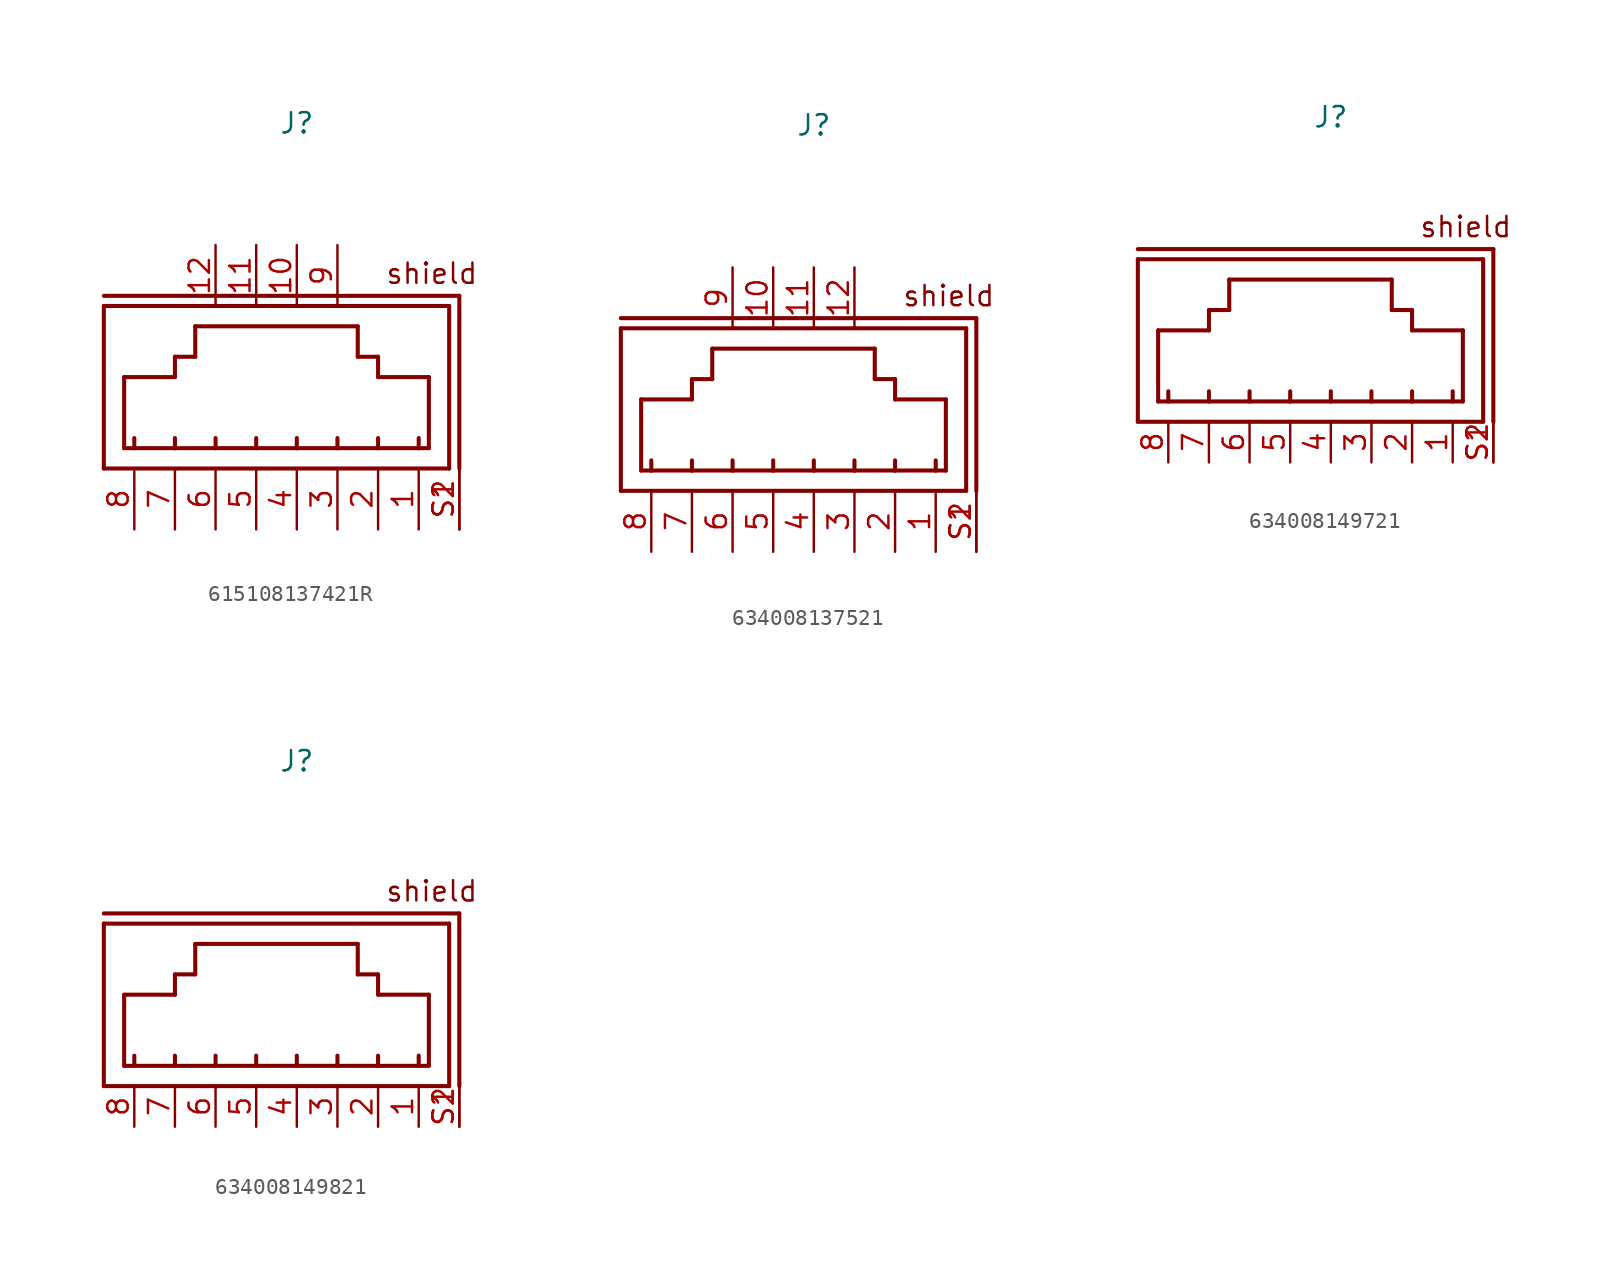
<source format=kicad_sym>
(kicad_symbol_lib
  (version 20241209)
  (generator "kicad_symbol_editor")
  (generator_version "9.0")
  (symbol "615108137421R"
    (pin_names
      (hide yes))
    (property "Reference" "J"
      (at 0 16.51 0)
      (effects (font (size 1.27 1.27))))
    (symbol "615108137421R_1_0"
      (polyline (pts (xy -12.065 5.715) (xy 10.16 5.715)) (stroke (width 0.254) (type solid)) (fill (type none)))
      (polyline (pts (xy -12.065 5.08) (xy 9.525 5.08)) (stroke (width 0.254) (type solid)) (fill (type none)))
      (polyline (pts (xy -12.065 -5.08) (xy -12.065 5.08)) (stroke (width 0.254) (type solid)) (fill (type none)))
      (polyline (pts (xy -10.795 0.635) (xy -7.62 0.635)) (stroke (width 0.254) (type solid)) (fill (type none)))
      (polyline (pts (xy -10.795 -3.81) (xy -10.795 0.635)) (stroke (width 0.254) (type solid)) (fill (type none)))
      (polyline (pts (xy -10.16 -3.81) (xy -10.795 -3.81)) (stroke (width 0.254) (type solid)) (fill (type none)))
      (polyline (pts (xy -10.16 -3.81) (xy -10.16 -3.175)) (stroke (width 0.254) (type solid)) (fill (type none)))
      (polyline (pts (xy -7.62 1.905) (xy -6.35 1.905)) (stroke (width 0.254) (type solid)) (fill (type none)))
      (polyline (pts (xy -7.62 0.635) (xy -7.62 1.905)) (stroke (width 0.254) (type solid)) (fill (type none)))
      (polyline (pts (xy -7.62 -3.81) (xy -10.16 -3.81)) (stroke (width 0.254) (type solid)) (fill (type none)))
      (polyline (pts (xy -7.62 -3.81) (xy -7.62 -3.175)) (stroke (width 0.254) (type solid)) (fill (type none)))
      (polyline (pts (xy -6.35 3.81) (xy 3.81 3.81)) (stroke (width 0.254) (type solid)) (fill (type none)))
      (polyline (pts (xy -6.35 1.905) (xy -6.35 3.81)) (stroke (width 0.254) (type solid)) (fill (type none)))
      (polyline (pts (xy -5.08 -3.81) (xy -7.62 -3.81)) (stroke (width 0.254) (type solid)) (fill (type none)))
      (polyline (pts (xy -5.08 -3.81) (xy -5.08 -3.175)) (stroke (width 0.254) (type solid)) (fill (type none)))
      (polyline (pts (xy -2.54 -3.81) (xy -5.08 -3.81)) (stroke (width 0.254) (type solid)) (fill (type none)))
      (polyline (pts (xy -2.54 -3.81) (xy -2.54 -3.175)) (stroke (width 0.254) (type solid)) (fill (type none)))
      (polyline (pts (xy 0 -3.81) (xy -2.54 -3.81)) (stroke (width 0.254) (type solid)) (fill (type none)))
      (polyline (pts (xy 0 -3.81) (xy 0 -3.175)) (stroke (width 0.254) (type solid)) (fill (type none)))
      (polyline (pts (xy 2.54 -3.81) (xy 0 -3.81)) (stroke (width 0.254) (type solid)) (fill (type none)))
      (polyline (pts (xy 2.54 -3.81) (xy 2.54 -3.175)) (stroke (width 0.254) (type solid)) (fill (type none)))
      (polyline (pts (xy 3.81 1.905) (xy 3.81 3.81)) (stroke (width 0.254) (type solid)) (fill (type none)))
      (polyline (pts (xy 5.08 1.905) (xy 3.81 1.905)) (stroke (width 0.254) (type solid)) (fill (type none)))
      (polyline (pts (xy 5.08 0.635) (xy 5.08 1.905)) (stroke (width 0.254) (type solid)) (fill (type none)))
      (polyline (pts (xy 5.08 -3.81) (xy 2.54 -3.81)) (stroke (width 0.254) (type solid)) (fill (type none)))
      (polyline (pts (xy 5.08 -3.81) (xy 5.08 -3.175)) (stroke (width 0.254) (type solid)) (fill (type none)))
      (polyline (pts (xy 7.62 -3.81) (xy 5.08 -3.81)) (stroke (width 0.254) (type solid)) (fill (type none)))
      (polyline (pts (xy 7.62 -3.81) (xy 7.62 -3.175)) (stroke (width 0.254) (type solid)) (fill (type none)))
      (polyline (pts (xy 8.255 0.635) (xy 5.08 0.635)) (stroke (width 0.254) (type solid)) (fill (type none)))
      (polyline (pts (xy 8.255 0.635) (xy 8.255 -3.81)) (stroke (width 0.254) (type solid)) (fill (type none)))
      (polyline (pts (xy 8.255 -3.81) (xy 7.62 -3.81)) (stroke (width 0.254) (type solid)) (fill (type none)))
      (polyline (pts (xy 9.525 5.08) (xy 9.525 -5.08)) (stroke (width 0.254) (type solid)) (fill (type none)))
      (polyline (pts (xy 9.525 -5.08) (xy -12.065 -5.08)) (stroke (width 0.254) (type solid)) (fill (type none)))
      (polyline (pts (xy 10.16 5.715) (xy 10.16 -5.08)) (stroke (width 0.254) (type solid)) (fill (type none)))
      (text "shield" (at 5.495 6.365 0) (effects (font (size 1.27 1.27)) (justify left bottom)))
      (pin passive line (at -10.16 -8.89 90) (length 3.81) (name "8" (effects (font (size 1.27 1.27)))) (number "8" (effects (font (size 1.27 1.27)))))
      (pin passive line (at -7.62 -8.89 90) (length 3.81) (name "7" (effects (font (size 1.27 1.27)))) (number "7" (effects (font (size 1.27 1.27)))))
      (pin passive line (at -5.08 8.89 270) (length 3.81) (name "Y+" (effects (font (size 1.27 1.27)))) (number "12" (effects (font (size 1.27 1.27)))))
      (pin passive line (at -5.08 -8.89 90) (length 3.81) (name "6" (effects (font (size 1.27 1.27)))) (number "6" (effects (font (size 1.27 1.27)))))
      (pin passive line (at -2.54 8.89 270) (length 3.81) (name "Y-" (effects (font (size 1.27 1.27)))) (number "11" (effects (font (size 1.27 1.27)))))
      (pin passive line (at -2.54 -8.89 90) (length 3.81) (name "5" (effects (font (size 1.27 1.27)))) (number "5" (effects (font (size 1.27 1.27)))))
      (pin passive line (at 0 8.89 270) (length 3.81) (name "G+" (effects (font (size 1.27 1.27)))) (number "10" (effects (font (size 1.27 1.27)))))
      (pin passive line (at 0 -8.89 90) (length 3.81) (name "4" (effects (font (size 1.27 1.27)))) (number "4" (effects (font (size 1.27 1.27)))))
      (pin passive line (at 2.54 8.89 270) (length 3.81) (name "G-" (effects (font (size 1.27 1.27)))) (number "9" (effects (font (size 1.27 1.27)))))
      (pin passive line (at 2.54 -8.89 90) (length 3.81) (name "3" (effects (font (size 1.27 1.27)))) (number "3" (effects (font (size 1.27 1.27)))))
      (pin passive line (at 5.08 -8.89 90) (length 3.81) (name "2" (effects (font (size 1.27 1.27)))) (number "2" (effects (font (size 1.27 1.27)))))
      (pin passive line (at 7.62 -8.89 90) (length 3.81) (name "1" (effects (font (size 1.27 1.27)))) (number "1" (effects (font (size 1.27 1.27)))))
      (pin passive line (at 10.16 -8.89 90) (length 3.81) (name "SHIELD" (effects (font (size 1.27 1.27)))) (number "S1" (effects (font (size 1.27 1.27)))))
      (pin passive line (at 10.16 -8.89 90) (length 3.81) (name "SHIELD" (effects (font (size 1.27 1.27)))) (number "S2" (effects (font (size 1.27 1.27)))))))
  (symbol "634008137521"
    (pin_names
      (hide yes))
    (property "Reference" "J"
      (at 0 17.78 0)
      (effects (font (size 1.27 1.27))))
    (symbol "634008137521_1_0"
      (polyline (pts (xy -12.065 5.715) (xy 10.16 5.715)) (stroke (width 0.254) (type solid)) (fill (type none)))
      (polyline (pts (xy -12.065 5.08) (xy 9.525 5.08)) (stroke (width 0.254) (type solid)) (fill (type none)))
      (polyline (pts (xy -12.065 -5.08) (xy -12.065 5.08)) (stroke (width 0.254) (type solid)) (fill (type none)))
      (polyline (pts (xy -10.795 0.635) (xy -7.62 0.635)) (stroke (width 0.254) (type solid)) (fill (type none)))
      (polyline (pts (xy -10.795 -3.81) (xy -10.795 0.635)) (stroke (width 0.254) (type solid)) (fill (type none)))
      (polyline (pts (xy -10.16 -3.81) (xy -10.795 -3.81)) (stroke (width 0.254) (type solid)) (fill (type none)))
      (polyline (pts (xy -10.16 -3.81) (xy -10.16 -3.175)) (stroke (width 0.254) (type solid)) (fill (type none)))
      (polyline (pts (xy -7.62 1.905) (xy -6.35 1.905)) (stroke (width 0.254) (type solid)) (fill (type none)))
      (polyline (pts (xy -7.62 0.635) (xy -7.62 1.905)) (stroke (width 0.254) (type solid)) (fill (type none)))
      (polyline (pts (xy -7.62 -3.81) (xy -10.16 -3.81)) (stroke (width 0.254) (type solid)) (fill (type none)))
      (polyline (pts (xy -7.62 -3.81) (xy -7.62 -3.175)) (stroke (width 0.254) (type solid)) (fill (type none)))
      (polyline (pts (xy -6.35 3.81) (xy 3.81 3.81)) (stroke (width 0.254) (type solid)) (fill (type none)))
      (polyline (pts (xy -6.35 1.905) (xy -6.35 3.81)) (stroke (width 0.254) (type solid)) (fill (type none)))
      (polyline (pts (xy -5.08 -3.81) (xy -7.62 -3.81)) (stroke (width 0.254) (type solid)) (fill (type none)))
      (polyline (pts (xy -5.08 -3.81) (xy -5.08 -3.175)) (stroke (width 0.254) (type solid)) (fill (type none)))
      (polyline (pts (xy -2.54 -3.81) (xy -5.08 -3.81)) (stroke (width 0.254) (type solid)) (fill (type none)))
      (polyline (pts (xy -2.54 -3.81) (xy -2.54 -3.175)) (stroke (width 0.254) (type solid)) (fill (type none)))
      (polyline (pts (xy 0 -3.81) (xy -2.54 -3.81)) (stroke (width 0.254) (type solid)) (fill (type none)))
      (polyline (pts (xy 0 -3.81) (xy 0 -3.175)) (stroke (width 0.254) (type solid)) (fill (type none)))
      (polyline (pts (xy 2.54 -3.81) (xy 0 -3.81)) (stroke (width 0.254) (type solid)) (fill (type none)))
      (polyline (pts (xy 2.54 -3.81) (xy 2.54 -3.175)) (stroke (width 0.254) (type solid)) (fill (type none)))
      (polyline (pts (xy 3.81 1.905) (xy 3.81 3.81)) (stroke (width 0.254) (type solid)) (fill (type none)))
      (polyline (pts (xy 5.08 1.905) (xy 3.81 1.905)) (stroke (width 0.254) (type solid)) (fill (type none)))
      (polyline (pts (xy 5.08 0.635) (xy 5.08 1.905)) (stroke (width 0.254) (type solid)) (fill (type none)))
      (polyline (pts (xy 5.08 -3.81) (xy 2.54 -3.81)) (stroke (width 0.254) (type solid)) (fill (type none)))
      (polyline (pts (xy 5.08 -3.81) (xy 5.08 -3.175)) (stroke (width 0.254) (type solid)) (fill (type none)))
      (polyline (pts (xy 7.62 -3.81) (xy 5.08 -3.81)) (stroke (width 0.254) (type solid)) (fill (type none)))
      (polyline (pts (xy 7.62 -3.81) (xy 7.62 -3.175)) (stroke (width 0.254) (type solid)) (fill (type none)))
      (polyline (pts (xy 8.255 0.635) (xy 5.08 0.635)) (stroke (width 0.254) (type solid)) (fill (type none)))
      (polyline (pts (xy 8.255 0.635) (xy 8.255 -3.81)) (stroke (width 0.254) (type solid)) (fill (type none)))
      (polyline (pts (xy 8.255 -3.81) (xy 7.62 -3.81)) (stroke (width 0.254) (type solid)) (fill (type none)))
      (polyline (pts (xy 9.525 5.08) (xy 9.525 -5.08)) (stroke (width 0.254) (type solid)) (fill (type none)))
      (polyline (pts (xy 9.525 -5.08) (xy -12.065 -5.08)) (stroke (width 0.254) (type solid)) (fill (type none)))
      (polyline (pts (xy 10.16 5.715) (xy 10.16 -5.08)) (stroke (width 0.254) (type solid)) (fill (type none)))
      (pin passive line (at -10.16 -8.89 90) (length 3.81) (name "8" (effects (font (size 1.27 1.27)))) (number "8" (effects (font (size 1.27 1.27)))))
      (pin passive line (at -7.62 -8.89 90) (length 3.81) (name "7" (effects (font (size 1.27 1.27)))) (number "7" (effects (font (size 1.27 1.27)))))
      (pin passive line (at -5.08 8.89 270) (length 3.81) (name "Y+" (effects (font (size 1.27 1.27)))) (number "9" (effects (font (size 1.27 1.27)))))
      (pin passive line (at -5.08 -8.89 90) (length 3.81) (name "6" (effects (font (size 1.27 1.27)))) (number "6" (effects (font (size 1.27 1.27)))))
      (pin passive line (at -2.54 8.89 270) (length 3.81) (name "Y-" (effects (font (size 1.27 1.27)))) (number "10" (effects (font (size 1.27 1.27)))))
      (pin passive line (at -2.54 -8.89 90) (length 3.81) (name "5" (effects (font (size 1.27 1.27)))) (number "5" (effects (font (size 1.27 1.27)))))
      (pin passive line (at 0 8.89 270) (length 3.81) (name "G+" (effects (font (size 1.27 1.27)))) (number "11" (effects (font (size 1.27 1.27)))))
      (pin passive line (at 0 -8.89 90) (length 3.81) (name "4" (effects (font (size 1.27 1.27)))) (number "4" (effects (font (size 1.27 1.27)))))
      (pin passive line (at 2.54 8.89 270) (length 3.81) (name "G-" (effects (font (size 1.27 1.27)))) (number "12" (effects (font (size 1.27 1.27)))))
      (pin passive line (at 2.54 -8.89 90) (length 3.81) (name "3" (effects (font (size 1.27 1.27)))) (number "3" (effects (font (size 1.27 1.27)))))
      (pin passive line (at 5.08 -8.89 90) (length 3.81) (name "2" (effects (font (size 1.27 1.27)))) (number "2" (effects (font (size 1.27 1.27)))))
      (pin passive line (at 7.62 -8.89 90) (length 3.81) (name "1" (effects (font (size 1.27 1.27)))) (number "1" (effects (font (size 1.27 1.27)))))
      (pin passive line (at 10.16 -8.89 90) (length 3.81) (name "SHIELD" (effects (font (size 1.27 1.27)))) (number "S1" (effects (font (size 1.27 1.27)))))
      (pin passive line (at 10.16 -8.89 90) (length 3.81) (name "SHIELD" (effects (font (size 1.27 1.27)))) (number "S2" (effects (font (size 1.27 1.27))))))
    (symbol "634008137521_1_1"
      (text "shield" (at 5.495 6.365 0) (effects (font (size 1.27 1.27)) (justify left bottom)))))
  (symbol "634008149721"
    (pin_names
      (hide yes))
    (property "Reference" "J"
      (at 0 13.97 0)
      (effects (font (size 1.27 1.27))))
    (symbol "634008149721_1_0"
      (polyline (pts (xy -12.065 5.715) (xy 10.16 5.715)) (stroke (width 0.254) (type solid)) (fill (type none)))
      (polyline (pts (xy -12.065 5.08) (xy 9.525 5.08)) (stroke (width 0.254) (type solid)) (fill (type none)))
      (polyline (pts (xy -12.065 -5.08) (xy -12.065 5.08)) (stroke (width 0.254) (type solid)) (fill (type none)))
      (polyline (pts (xy -10.795 0.635) (xy -7.62 0.635)) (stroke (width 0.254) (type solid)) (fill (type none)))
      (polyline (pts (xy -10.795 -3.81) (xy -10.795 0.635)) (stroke (width 0.254) (type solid)) (fill (type none)))
      (polyline (pts (xy -10.16 -3.81) (xy -10.795 -3.81)) (stroke (width 0.254) (type solid)) (fill (type none)))
      (polyline (pts (xy -10.16 -3.81) (xy -10.16 -3.175)) (stroke (width 0.254) (type solid)) (fill (type none)))
      (polyline (pts (xy -7.62 1.905) (xy -6.35 1.905)) (stroke (width 0.254) (type solid)) (fill (type none)))
      (polyline (pts (xy -7.62 0.635) (xy -7.62 1.905)) (stroke (width 0.254) (type solid)) (fill (type none)))
      (polyline (pts (xy -7.62 -3.81) (xy -10.16 -3.81)) (stroke (width 0.254) (type solid)) (fill (type none)))
      (polyline (pts (xy -7.62 -3.81) (xy -7.62 -3.175)) (stroke (width 0.254) (type solid)) (fill (type none)))
      (polyline (pts (xy -6.35 3.81) (xy 3.81 3.81)) (stroke (width 0.254) (type solid)) (fill (type none)))
      (polyline (pts (xy -6.35 1.905) (xy -6.35 3.81)) (stroke (width 0.254) (type solid)) (fill (type none)))
      (polyline (pts (xy -5.08 -3.81) (xy -7.62 -3.81)) (stroke (width 0.254) (type solid)) (fill (type none)))
      (polyline (pts (xy -5.08 -3.81) (xy -5.08 -3.175)) (stroke (width 0.254) (type solid)) (fill (type none)))
      (polyline (pts (xy -2.54 -3.81) (xy -5.08 -3.81)) (stroke (width 0.254) (type solid)) (fill (type none)))
      (polyline (pts (xy -2.54 -3.81) (xy -2.54 -3.175)) (stroke (width 0.254) (type solid)) (fill (type none)))
      (polyline (pts (xy 0 -3.81) (xy -2.54 -3.81)) (stroke (width 0.254) (type solid)) (fill (type none)))
      (polyline (pts (xy 0 -3.81) (xy 0 -3.175)) (stroke (width 0.254) (type solid)) (fill (type none)))
      (polyline (pts (xy 2.54 -3.81) (xy 0 -3.81)) (stroke (width 0.254) (type solid)) (fill (type none)))
      (polyline (pts (xy 2.54 -3.81) (xy 2.54 -3.175)) (stroke (width 0.254) (type solid)) (fill (type none)))
      (polyline (pts (xy 3.81 1.905) (xy 3.81 3.81)) (stroke (width 0.254) (type solid)) (fill (type none)))
      (polyline (pts (xy 5.08 1.905) (xy 3.81 1.905)) (stroke (width 0.254) (type solid)) (fill (type none)))
      (polyline (pts (xy 5.08 0.635) (xy 5.08 1.905)) (stroke (width 0.254) (type solid)) (fill (type none)))
      (polyline (pts (xy 5.08 -3.81) (xy 2.54 -3.81)) (stroke (width 0.254) (type solid)) (fill (type none)))
      (polyline (pts (xy 5.08 -3.81) (xy 5.08 -3.175)) (stroke (width 0.254) (type solid)) (fill (type none)))
      (polyline (pts (xy 7.62 -3.81) (xy 5.08 -3.81)) (stroke (width 0.254) (type solid)) (fill (type none)))
      (polyline (pts (xy 7.62 -3.81) (xy 7.62 -3.175)) (stroke (width 0.254) (type solid)) (fill (type none)))
      (polyline (pts (xy 8.255 0.635) (xy 5.08 0.635)) (stroke (width 0.254) (type solid)) (fill (type none)))
      (polyline (pts (xy 8.255 0.635) (xy 8.255 -3.81)) (stroke (width 0.254) (type solid)) (fill (type none)))
      (polyline (pts (xy 8.255 -3.81) (xy 7.62 -3.81)) (stroke (width 0.254) (type solid)) (fill (type none)))
      (polyline (pts (xy 9.525 5.08) (xy 9.525 -5.08)) (stroke (width 0.254) (type solid)) (fill (type none)))
      (polyline (pts (xy 9.525 -5.08) (xy -12.065 -5.08)) (stroke (width 0.254) (type solid)) (fill (type none)))
      (polyline (pts (xy 10.16 5.715) (xy 10.16 -5.08)) (stroke (width 0.254) (type solid)) (fill (type none)))
      (pin passive line (at -10.16 -7.62 90) (length 2.54) (name "8" (effects (font (size 1.27 1.27)))) (number "8" (effects (font (size 1.27 1.27)))))
      (pin passive line (at -7.62 -7.62 90) (length 2.54) (name "7" (effects (font (size 1.27 1.27)))) (number "7" (effects (font (size 1.27 1.27)))))
      (pin passive line (at -5.08 -7.62 90) (length 2.54) (name "6" (effects (font (size 1.27 1.27)))) (number "6" (effects (font (size 1.27 1.27)))))
      (pin passive line (at -2.54 -7.62 90) (length 2.54) (name "5" (effects (font (size 1.27 1.27)))) (number "5" (effects (font (size 1.27 1.27)))))
      (pin passive line (at 0 -7.62 90) (length 2.54) (name "4" (effects (font (size 1.27 1.27)))) (number "4" (effects (font (size 1.27 1.27)))))
      (pin passive line (at 2.54 -7.62 90) (length 2.54) (name "3" (effects (font (size 1.27 1.27)))) (number "3" (effects (font (size 1.27 1.27)))))
      (pin passive line (at 5.08 -7.62 90) (length 2.54) (name "2" (effects (font (size 1.27 1.27)))) (number "2" (effects (font (size 1.27 1.27)))))
      (pin passive line (at 7.62 -7.62 90) (length 2.54) (name "1" (effects (font (size 1.27 1.27)))) (number "1" (effects (font (size 1.27 1.27)))))
      (pin passive line (at 10.16 -7.62 90) (length 2.54) (name "SHIELD" (effects (font (size 1.27 1.27)))) (number "S1" (effects (font (size 1.27 1.27)))))
      (pin passive line (at 10.16 -7.62 90) (length 2.54) (name "SHIELD" (effects (font (size 1.27 1.27)))) (number "S2" (effects (font (size 1.27 1.27))))))
    (symbol "634008149721_1_1"
      (text "shield" (at 5.495 6.365 0) (effects (font (size 1.27 1.27)) (justify left bottom)))))
  (symbol "634008149821"
    (pin_names
      (hide yes))
    (property "Reference" "J"
      (at 0 15.24 0)
      (effects (font (size 1.27 1.27))))
    (symbol "634008149821_1_0"
      (polyline (pts (xy -12.065 5.715) (xy 10.16 5.715)) (stroke (width 0.254) (type solid)) (fill (type none)))
      (polyline (pts (xy -12.065 5.08) (xy 9.525 5.08)) (stroke (width 0.254) (type solid)) (fill (type none)))
      (polyline (pts (xy -12.065 -5.08) (xy -12.065 5.08)) (stroke (width 0.254) (type solid)) (fill (type none)))
      (polyline (pts (xy -10.795 0.635) (xy -7.62 0.635)) (stroke (width 0.254) (type solid)) (fill (type none)))
      (polyline (pts (xy -10.795 -3.81) (xy -10.795 0.635)) (stroke (width 0.254) (type solid)) (fill (type none)))
      (polyline (pts (xy -10.16 -3.81) (xy -10.795 -3.81)) (stroke (width 0.254) (type solid)) (fill (type none)))
      (polyline (pts (xy -10.16 -3.81) (xy -10.16 -3.175)) (stroke (width 0.254) (type solid)) (fill (type none)))
      (polyline (pts (xy -7.62 1.905) (xy -6.35 1.905)) (stroke (width 0.254) (type solid)) (fill (type none)))
      (polyline (pts (xy -7.62 0.635) (xy -7.62 1.905)) (stroke (width 0.254) (type solid)) (fill (type none)))
      (polyline (pts (xy -7.62 -3.81) (xy -10.16 -3.81)) (stroke (width 0.254) (type solid)) (fill (type none)))
      (polyline (pts (xy -7.62 -3.81) (xy -7.62 -3.175)) (stroke (width 0.254) (type solid)) (fill (type none)))
      (polyline (pts (xy -6.35 3.81) (xy 3.81 3.81)) (stroke (width 0.254) (type solid)) (fill (type none)))
      (polyline (pts (xy -6.35 1.905) (xy -6.35 3.81)) (stroke (width 0.254) (type solid)) (fill (type none)))
      (polyline (pts (xy -5.08 -3.81) (xy -7.62 -3.81)) (stroke (width 0.254) (type solid)) (fill (type none)))
      (polyline (pts (xy -5.08 -3.81) (xy -5.08 -3.175)) (stroke (width 0.254) (type solid)) (fill (type none)))
      (polyline (pts (xy -2.54 -3.81) (xy -5.08 -3.81)) (stroke (width 0.254) (type solid)) (fill (type none)))
      (polyline (pts (xy -2.54 -3.81) (xy -2.54 -3.175)) (stroke (width 0.254) (type solid)) (fill (type none)))
      (polyline (pts (xy 0 -3.81) (xy -2.54 -3.81)) (stroke (width 0.254) (type solid)) (fill (type none)))
      (polyline (pts (xy 0 -3.81) (xy 0 -3.175)) (stroke (width 0.254) (type solid)) (fill (type none)))
      (polyline (pts (xy 2.54 -3.81) (xy 0 -3.81)) (stroke (width 0.254) (type solid)) (fill (type none)))
      (polyline (pts (xy 2.54 -3.81) (xy 2.54 -3.175)) (stroke (width 0.254) (type solid)) (fill (type none)))
      (polyline (pts (xy 3.81 1.905) (xy 3.81 3.81)) (stroke (width 0.254) (type solid)) (fill (type none)))
      (polyline (pts (xy 5.08 1.905) (xy 3.81 1.905)) (stroke (width 0.254) (type solid)) (fill (type none)))
      (polyline (pts (xy 5.08 0.635) (xy 5.08 1.905)) (stroke (width 0.254) (type solid)) (fill (type none)))
      (polyline (pts (xy 5.08 -3.81) (xy 2.54 -3.81)) (stroke (width 0.254) (type solid)) (fill (type none)))
      (polyline (pts (xy 5.08 -3.81) (xy 5.08 -3.175)) (stroke (width 0.254) (type solid)) (fill (type none)))
      (polyline (pts (xy 7.62 -3.81) (xy 5.08 -3.81)) (stroke (width 0.254) (type solid)) (fill (type none)))
      (polyline (pts (xy 7.62 -3.81) (xy 7.62 -3.175)) (stroke (width 0.254) (type solid)) (fill (type none)))
      (polyline (pts (xy 8.255 0.635) (xy 5.08 0.635)) (stroke (width 0.254) (type solid)) (fill (type none)))
      (polyline (pts (xy 8.255 0.635) (xy 8.255 -3.81)) (stroke (width 0.254) (type solid)) (fill (type none)))
      (polyline (pts (xy 8.255 -3.81) (xy 7.62 -3.81)) (stroke (width 0.254) (type solid)) (fill (type none)))
      (polyline (pts (xy 9.525 5.08) (xy 9.525 -5.08)) (stroke (width 0.254) (type solid)) (fill (type none)))
      (polyline (pts (xy 9.525 -5.08) (xy -12.065 -5.08)) (stroke (width 0.254) (type solid)) (fill (type none)))
      (polyline (pts (xy 10.16 5.715) (xy 10.16 -5.08)) (stroke (width 0.254) (type solid)) (fill (type none)))
      (pin passive line (at -10.16 -7.62 90) (length 2.54) (name "8" (effects (font (size 1.27 1.27)))) (number "8" (effects (font (size 1.27 1.27)))))
      (pin passive line (at -7.62 -7.62 90) (length 2.54) (name "7" (effects (font (size 1.27 1.27)))) (number "7" (effects (font (size 1.27 1.27)))))
      (pin passive line (at -5.08 -7.62 90) (length 2.54) (name "6" (effects (font (size 1.27 1.27)))) (number "6" (effects (font (size 1.27 1.27)))))
      (pin passive line (at -2.54 -7.62 90) (length 2.54) (name "5" (effects (font (size 1.27 1.27)))) (number "5" (effects (font (size 1.27 1.27)))))
      (pin passive line (at 0 -7.62 90) (length 2.54) (name "4" (effects (font (size 1.27 1.27)))) (number "4" (effects (font (size 1.27 1.27)))))
      (pin passive line (at 2.54 -7.62 90) (length 2.54) (name "3" (effects (font (size 1.27 1.27)))) (number "3" (effects (font (size 1.27 1.27)))))
      (pin passive line (at 5.08 -7.62 90) (length 2.54) (name "2" (effects (font (size 1.27 1.27)))) (number "2" (effects (font (size 1.27 1.27)))))
      (pin passive line (at 7.62 -7.62 90) (length 2.54) (name "1" (effects (font (size 1.27 1.27)))) (number "1" (effects (font (size 1.27 1.27)))))
      (pin passive line (at 10.16 -7.62 90) (length 2.54) (name "SHIELD" (effects (font (size 1.27 1.27)))) (number "S1" (effects (font (size 1.27 1.27)))))
      (pin passive line (at 10.16 -7.62 90) (length 2.54) (name "SHIELD" (effects (font (size 1.27 1.27)))) (number "S2" (effects (font (size 1.27 1.27))))))
    (symbol "634008149821_1_1"
      (text "shield" (at 5.495 6.365 0) (effects (font (size 1.27 1.27)) (justify left bottom))))))
</source>
